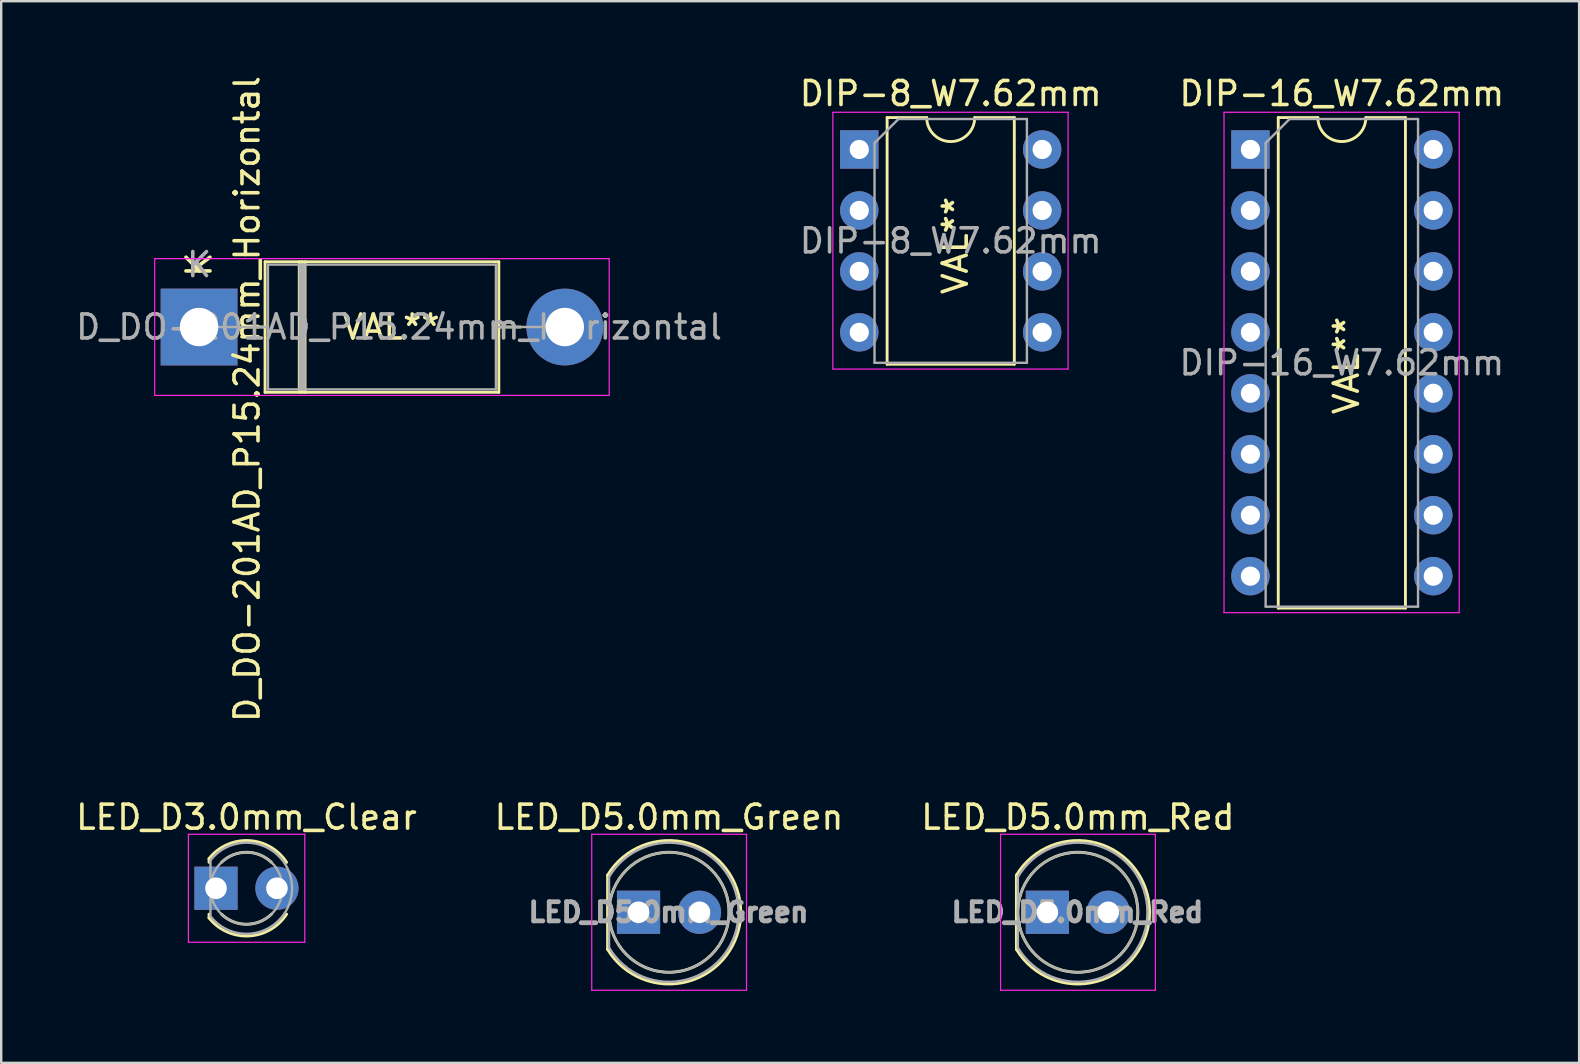
<source format=kicad_pcb>
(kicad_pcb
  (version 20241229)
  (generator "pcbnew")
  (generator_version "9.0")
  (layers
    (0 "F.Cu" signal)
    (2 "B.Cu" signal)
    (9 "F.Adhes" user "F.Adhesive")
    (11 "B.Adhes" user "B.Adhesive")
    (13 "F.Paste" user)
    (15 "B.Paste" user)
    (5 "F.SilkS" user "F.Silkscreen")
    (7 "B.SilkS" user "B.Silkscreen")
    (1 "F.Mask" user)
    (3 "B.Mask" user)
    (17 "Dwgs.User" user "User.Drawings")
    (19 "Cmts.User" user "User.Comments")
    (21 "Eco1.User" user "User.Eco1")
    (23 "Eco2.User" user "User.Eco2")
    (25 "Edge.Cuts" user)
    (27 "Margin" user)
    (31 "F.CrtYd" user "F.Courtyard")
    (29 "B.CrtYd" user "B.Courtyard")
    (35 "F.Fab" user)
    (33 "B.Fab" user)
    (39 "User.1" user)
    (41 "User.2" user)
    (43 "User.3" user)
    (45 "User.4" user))
  (footprint "LED_D3.0mm_Clear"
    (layer "F.Cu")
    (at 5.95 33.963)
    (property "Reference" "LED_D3.0mm_Clear" (at 1.27 -2.96 0) (layer "F.SilkS") (effects (font (size 1 1) (thickness 0.15))))
    (attr through_hole)
    (fp_line (start -0.29 -1.236) (end -0.29 -1.08) (stroke (width 0.12) (type solid)) (layer "F.SilkS"))
    (fp_line (start -0.29 1.08) (end -0.29 1.236) (stroke (width 0.12) (type solid)) (layer "F.SilkS"))
    (fp_arc (start -0.29 -1.235516) (mid 1.366487 -1.987659) (end 2.942335 -1.078608) (stroke (width 0.12) (type solid)) (layer "F.SilkS"))
    (fp_arc (start 0.229039 -1.08) (mid 1.270117 -1.5) (end 2.31113 -1.079837) (stroke (width 0.12) (type solid)) (layer "F.SilkS"))
    (fp_arc (start 2.31113 1.079837) (mid 1.270117 1.5) (end 0.229039 1.08) (stroke (width 0.12) (type solid)) (layer "F.SilkS"))
    (fp_arc (start 2.942335 1.078608) (mid 1.366487 1.987659) (end -0.29 1.235516) (stroke (width 0.12) (type solid)) (layer "F.SilkS"))
    (fp_line (start -1.15 -2.25) (end -1.15 2.25) (stroke (width 0.05) (type solid)) (layer "F.CrtYd"))
    (fp_line (start -1.15 2.25) (end 3.7 2.25) (stroke (width 0.05) (type solid)) (layer "F.CrtYd"))
    (fp_line (start 3.7 -2.25) (end -1.15 -2.25) (stroke (width 0.05) (type solid)) (layer "F.CrtYd"))
    (fp_line (start 3.7 2.25) (end 3.7 -2.25) (stroke (width 0.05) (type solid)) (layer "F.CrtYd"))
    (fp_line (start -0.23 -1.166) (end -0.23 1.166) (stroke (width 0.1) (type solid)) (layer "F.Fab"))
    (fp_arc (start -0.23 -1.16619) (mid 3.17 0.000452) (end -0.230555 1.165476) (stroke (width 0.1) (type solid)) (layer "F.Fab"))
    (fp_circle (center 1.27 0) (end 2.77 0) (stroke (width 0.1) (type solid)) (fill no) (layer "F.Fab"))
    (pad "1" thru_hole rect (at 0 0) (size 1.8 1.8) (drill 0.9) (layers "*.Cu" "*.Mask"))
    (pad "2" thru_hole circle (at 2.54 0) (size 1.8 1.8) (drill 0.9) (layers "*.Cu" "*.Mask")))
  (footprint "LED_D5.0mm_Red"
    (layer "F.Cu")
    (at 40.593 34.963)
    (property "Reference" "LED_D5.0mm_Red" (at 1.27 -3.96 0) (layer "F.SilkS") (effects (font (size 1 1) (thickness 0.15))))
    (attr through_hole)
    (fp_line (start -1.29 -1.545) (end -1.29 1.545) (stroke (width 0.12) (type solid)) (layer "F.SilkS"))
    (fp_arc (start -1.29 -1.54483) (mid 2.072002 -2.880433) (end 4.26 0.000462) (stroke (width 0.12) (type solid)) (layer "F.SilkS"))
    (fp_arc (start 4.26 -0.000462) (mid 2.072002 2.880433) (end -1.29 1.54483) (stroke (width 0.12) (type solid)) (layer "F.SilkS"))
    (fp_circle (center 1.27 0) (end 3.77 0) (stroke (width 0.12) (type solid)) (fill no) (layer "F.SilkS"))
    (fp_line (start -1.95 -3.25) (end -1.95 3.25) (stroke (width 0.05) (type solid)) (layer "F.CrtYd"))
    (fp_line (start -1.95 3.25) (end 4.5 3.25) (stroke (width 0.05) (type solid)) (layer "F.CrtYd"))
    (fp_line (start 4.5 -3.25) (end -1.95 -3.25) (stroke (width 0.05) (type solid)) (layer "F.CrtYd"))
    (fp_line (start 4.5 3.25) (end 4.5 -3.25) (stroke (width 0.05) (type solid)) (layer "F.CrtYd"))
    (fp_line (start -1.23 -1.47) (end -1.23 1.47) (stroke (width 0.1) (type solid)) (layer "F.Fab"))
    (fp_arc (start -1.23 -1.469694) (mid 4.17 0.000016) (end -1.230016 1.469666) (stroke (width 0.1) (type solid)) (layer "F.Fab"))
    (fp_circle (center 1.27 0) (end 3.77 0) (stroke (width 0.1) (type solid)) (fill no) (layer "F.Fab"))
    (fp_text user "${REFERENCE}" (at 1.25 0 0) (layer "F.Fab") (effects (font (size 0.8 0.8) (thickness 0.2))))
    (pad "1" thru_hole rect (at 0 0) (size 1.8 1.8) (drill 0.9) (layers "*.Cu" "*.Mask"))
    (pad "2" thru_hole circle (at 2.54 0) (size 1.8 1.8) (drill 0.9) (layers "*.Cu" "*.Mask")))
  (footprint "LED_D5.0mm_Green"
    (layer "F.Cu")
    (at 23.557 34.963)
    (property "Reference" "LED_D5.0mm_Green" (at 1.27 -3.96 0) (layer "F.SilkS") (effects (font (size 1 1) (thickness 0.15))))
    (attr through_hole)
    (fp_line (start -1.29 -1.545) (end -1.29 1.545) (stroke (width 0.12) (type solid)) (layer "F.SilkS"))
    (fp_arc (start -1.29 -1.54483) (mid 2.072002 -2.880433) (end 4.26 0.000462) (stroke (width 0.12) (type solid)) (layer "F.SilkS"))
    (fp_arc (start 4.26 -0.000462) (mid 2.072002 2.880433) (end -1.29 1.54483) (stroke (width 0.12) (type solid)) (layer "F.SilkS"))
    (fp_circle (center 1.27 0) (end 3.77 0) (stroke (width 0.12) (type solid)) (fill no) (layer "F.SilkS"))
    (fp_line (start -1.95 -3.25) (end -1.95 3.25) (stroke (width 0.05) (type solid)) (layer "F.CrtYd"))
    (fp_line (start -1.95 3.25) (end 4.5 3.25) (stroke (width 0.05) (type solid)) (layer "F.CrtYd"))
    (fp_line (start 4.5 -3.25) (end -1.95 -3.25) (stroke (width 0.05) (type solid)) (layer "F.CrtYd"))
    (fp_line (start 4.5 3.25) (end 4.5 -3.25) (stroke (width 0.05) (type solid)) (layer "F.CrtYd"))
    (fp_line (start -1.23 -1.47) (end -1.23 1.47) (stroke (width 0.1) (type solid)) (layer "F.Fab"))
    (fp_arc (start -1.23 -1.469694) (mid 4.17 0.000016) (end -1.230016 1.469666) (stroke (width 0.1) (type solid)) (layer "F.Fab"))
    (fp_circle (center 1.27 0) (end 3.77 0) (stroke (width 0.1) (type solid)) (fill no) (layer "F.Fab"))
    (fp_text user "${REFERENCE}" (at 1.25 0 0) (layer "F.Fab") (effects (font (size 0.8 0.8) (thickness 0.2))))
    (pad "1" thru_hole rect (at 0 0) (size 1.8 1.8) (drill 0.9) (layers "*.Cu" "*.Mask"))
    (pad "2" thru_hole circle (at 2.54 0) (size 1.8 1.8) (drill 0.9) (layers "*.Cu" "*.Mask")))
  (footprint "D_DO-201AD_P15.24mm_Horizontal"
    (layer "F.Cu")
    (at 5.245 10.577)
    (property "Reference" "D_DO-201AD_P15.24mm_Horizontal" (at 2 3 90) (layer "F.SilkS") (effects (font (size 1 1) (thickness 0.15))))
    (property "Value" "VAL**" (at 7.62 3.72 0) (layer "F.Fab") (hide yes) (effects (font (size 1 1) (thickness 0.15))))
    (attr through_hole)
    (fp_line (start 1.84 0) (end 2.75 0) (stroke (width 0.12) (type solid)) (layer "F.SilkS"))
    (fp_line (start 2.75 -2.72) (end 2.75 2.72) (stroke (width 0.12) (type solid)) (layer "F.SilkS"))
    (fp_line (start 2.75 2.72) (end 12.49 2.72) (stroke (width 0.12) (type solid)) (layer "F.SilkS"))
    (fp_line (start 4.175 -2.72) (end 4.175 2.72) (stroke (width 0.12) (type solid)) (layer "F.SilkS"))
    (fp_line (start 4.295 -2.72) (end 4.295 2.72) (stroke (width 0.12) (type solid)) (layer "F.SilkS"))
    (fp_line (start 4.415 -2.72) (end 4.415 2.72) (stroke (width 0.12) (type solid)) (layer "F.SilkS"))
    (fp_line (start 12.49 -2.72) (end 2.75 -2.72) (stroke (width 0.12) (type solid)) (layer "F.SilkS"))
    (fp_line (start 12.49 2.72) (end 12.49 -2.72) (stroke (width 0.12) (type solid)) (layer "F.SilkS"))
    (fp_line (start 13.4 0) (end 12.49 0) (stroke (width 0.12) (type solid)) (layer "F.SilkS"))
    (fp_line (start -1.85 -2.85) (end -1.85 2.85) (stroke (width 0.05) (type solid)) (layer "F.CrtYd"))
    (fp_line (start -1.85 2.85) (end 17.09 2.85) (stroke (width 0.05) (type solid)) (layer "F.CrtYd"))
    (fp_line (start 17.09 -2.85) (end -1.85 -2.85) (stroke (width 0.05) (type solid)) (layer "F.CrtYd"))
    (fp_line (start 17.09 2.85) (end 17.09 -2.85) (stroke (width 0.05) (type solid)) (layer "F.CrtYd"))
    (fp_line (start 0 0) (end 2.87 0) (stroke (width 0.1) (type solid)) (layer "F.Fab"))
    (fp_line (start 2.87 -2.6) (end 2.87 2.6) (stroke (width 0.1) (type solid)) (layer "F.Fab"))
    (fp_line (start 2.87 2.6) (end 12.37 2.6) (stroke (width 0.1) (type solid)) (layer "F.Fab"))
    (fp_line (start 4.195 -2.6) (end 4.195 2.6) (stroke (width 0.1) (type solid)) (layer "F.Fab"))
    (fp_line (start 4.295 -2.6) (end 4.295 2.6) (stroke (width 0.1) (type solid)) (layer "F.Fab"))
    (fp_line (start 4.395 -2.6) (end 4.395 2.6) (stroke (width 0.1) (type solid)) (layer "F.Fab"))
    (fp_line (start 12.37 -2.6) (end 2.87 -2.6) (stroke (width 0.1) (type solid)) (layer "F.Fab"))
    (fp_line (start 12.37 2.6) (end 12.37 -2.6) (stroke (width 0.1) (type solid)) (layer "F.Fab"))
    (fp_line (start 15.24 0) (end 12.37 0) (stroke (width 0.1) (type solid)) (layer "F.Fab"))
    (fp_text user "${VALUE}" (at 8 0 0) (layer "F.SilkS") (effects (font (size 1 1) (thickness 0.15))))
    (fp_text user "K" (at 0 -2.6 90) (layer "F.SilkS") (effects (font (size 1 1) (thickness 0.15))))
    (fp_text user "${REFERENCE}" (at 8.332 0 0) (layer "F.Fab") (effects (font (size 1 1) (thickness 0.15))))
    (fp_text user "K" (at 0 -2.6 0) (layer "F.Fab") (effects (font (size 1 1) (thickness 0.15))))
    (pad "1" thru_hole rect (at 0 0) (size 3.2 3.2) (drill 1.6) (layers "*.Cu" "*.Mask"))
    (pad "2" thru_hole oval (at 15.24 0) (size 3.2 3.2) (drill 1.6) (layers "*.Cu" "*.Mask")))
  (footprint "DIP-8_W7.62mm"
    (layer "F.Cu")
    (at 32.755 3.178)
    (property "Reference" "DIP-8_W7.62mm" (at 3.81 -2.33 0) (layer "F.SilkS") (effects (font (size 1 1) (thickness 0.15))))
    (property "Value" "VAL**" (at 3.81 9.95 0) (layer "F.Fab") (hide yes) (effects (font (size 1 1) (thickness 0.15))))
    (attr through_hole)
    (fp_line (start 1.16 -1.33) (end 1.16 8.95) (stroke (width 0.12) (type solid)) (layer "F.SilkS"))
    (fp_line (start 1.16 8.95) (end 6.46 8.95) (stroke (width 0.12) (type solid)) (layer "F.SilkS"))
    (fp_line (start 2.81 -1.33) (end 1.16 -1.33) (stroke (width 0.12) (type solid)) (layer "F.SilkS"))
    (fp_line (start 6.46 -1.33) (end 4.81 -1.33) (stroke (width 0.12) (type solid)) (layer "F.SilkS"))
    (fp_line (start 6.46 8.95) (end 6.46 -1.33) (stroke (width 0.12) (type solid)) (layer "F.SilkS"))
    (fp_arc (start 4.81 -1.33) (mid 3.81 -0.33) (end 2.81 -1.33) (stroke (width 0.12) (type solid)) (layer "F.SilkS"))
    (fp_line (start -1.1 -1.55) (end -1.1 9.15) (stroke (width 0.05) (type solid)) (layer "F.CrtYd"))
    (fp_line (start -1.1 9.15) (end 8.7 9.15) (stroke (width 0.05) (type solid)) (layer "F.CrtYd"))
    (fp_line (start 8.7 -1.55) (end -1.1 -1.55) (stroke (width 0.05) (type solid)) (layer "F.CrtYd"))
    (fp_line (start 8.7 9.15) (end 8.7 -1.55) (stroke (width 0.05) (type solid)) (layer "F.CrtYd"))
    (fp_line (start 0.635 -0.27) (end 1.635 -1.27) (stroke (width 0.1) (type solid)) (layer "F.Fab"))
    (fp_line (start 0.635 8.89) (end 0.635 -0.27) (stroke (width 0.1) (type solid)) (layer "F.Fab"))
    (fp_line (start 1.635 -1.27) (end 6.985 -1.27) (stroke (width 0.1) (type solid)) (layer "F.Fab"))
    (fp_line (start 6.985 -1.27) (end 6.985 8.89) (stroke (width 0.1) (type solid)) (layer "F.Fab"))
    (fp_line (start 6.985 8.89) (end 0.635 8.89) (stroke (width 0.1) (type solid)) (layer "F.Fab"))
    (fp_text user "${VALUE}" (at 4 4 90) (layer "F.SilkS") (effects (font (size 1 1) (thickness 0.15))))
    (fp_text user "${REFERENCE}" (at 3.81 3.81 0) (layer "F.Fab") (effects (font (size 1 1) (thickness 0.15))))
    (pad "1" thru_hole rect (at 0 0) (size 1.6 1.6) (drill 0.8) (layers "*.Cu" "*.Mask"))
    (pad "2" thru_hole oval (at 0 2.54) (size 1.6 1.6) (drill 0.8) (layers "*.Cu" "*.Mask"))
    (pad "3" thru_hole oval (at 0 5.08) (size 1.6 1.6) (drill 0.8) (layers "*.Cu" "*.Mask"))
    (pad "4" thru_hole oval (at 0 7.62) (size 1.6 1.6) (drill 0.8) (layers "*.Cu" "*.Mask"))
    (pad "5" thru_hole oval (at 7.62 7.62) (size 1.6 1.6) (drill 0.8) (layers "*.Cu" "*.Mask"))
    (pad "6" thru_hole oval (at 7.62 5.08) (size 1.6 1.6) (drill 0.8) (layers "*.Cu" "*.Mask"))
    (pad "7" thru_hole oval (at 7.62 2.54) (size 1.6 1.6) (drill 0.8) (layers "*.Cu" "*.Mask"))
    (pad "8" thru_hole oval (at 7.62 0) (size 1.6 1.6) (drill 0.8) (layers "*.Cu" "*.Mask")))
  (footprint "DIP-16_W7.62mm"
    (layer "F.Cu")
    (at 49.053 3.178)
    (property "Reference" "DIP-16_W7.62mm" (at 3.81 -2.33 0) (layer "F.SilkS") (effects (font (size 1 1) (thickness 0.15))))
    (property "Value" "VAL**" (at 3.81 20.11 0) (layer "F.Fab") (hide yes) (effects (font (size 1 1) (thickness 0.15))))
    (attr through_hole)
    (fp_line (start 1.16 -1.33) (end 1.16 19.11) (stroke (width 0.12) (type solid)) (layer "F.SilkS"))
    (fp_line (start 1.16 19.11) (end 6.46 19.11) (stroke (width 0.12) (type solid)) (layer "F.SilkS"))
    (fp_line (start 2.81 -1.33) (end 1.16 -1.33) (stroke (width 0.12) (type solid)) (layer "F.SilkS"))
    (fp_line (start 6.46 -1.33) (end 4.81 -1.33) (stroke (width 0.12) (type solid)) (layer "F.SilkS"))
    (fp_line (start 6.46 19.11) (end 6.46 -1.33) (stroke (width 0.12) (type solid)) (layer "F.SilkS"))
    (fp_arc (start 4.81 -1.33) (mid 3.81 -0.33) (end 2.81 -1.33) (stroke (width 0.12) (type solid)) (layer "F.SilkS"))
    (fp_line (start -1.1 -1.55) (end -1.1 19.3) (stroke (width 0.05) (type solid)) (layer "F.CrtYd"))
    (fp_line (start -1.1 19.3) (end 8.7 19.3) (stroke (width 0.05) (type solid)) (layer "F.CrtYd"))
    (fp_line (start 8.7 -1.55) (end -1.1 -1.55) (stroke (width 0.05) (type solid)) (layer "F.CrtYd"))
    (fp_line (start 8.7 19.3) (end 8.7 -1.55) (stroke (width 0.05) (type solid)) (layer "F.CrtYd"))
    (fp_line (start 0.635 -0.27) (end 1.635 -1.27) (stroke (width 0.1) (type solid)) (layer "F.Fab"))
    (fp_line (start 0.635 19.05) (end 0.635 -0.27) (stroke (width 0.1) (type solid)) (layer "F.Fab"))
    (fp_line (start 1.635 -1.27) (end 6.985 -1.27) (stroke (width 0.1) (type solid)) (layer "F.Fab"))
    (fp_line (start 6.985 -1.27) (end 6.985 19.05) (stroke (width 0.1) (type solid)) (layer "F.Fab"))
    (fp_line (start 6.985 19.05) (end 0.635 19.05) (stroke (width 0.1) (type solid)) (layer "F.Fab"))
    (fp_text user "${VALUE}" (at 4 9 90) (layer "F.SilkS") (effects (font (size 1 1) (thickness 0.15))))
    (fp_text user "${REFERENCE}" (at 3.81 8.89 0) (layer "F.Fab") (effects (font (size 1 1) (thickness 0.15))))
    (pad "1" thru_hole rect (at 0 0) (size 1.6 1.6) (drill 0.8) (layers "*.Cu" "*.Mask"))
    (pad "2" thru_hole oval (at 0 2.54) (size 1.6 1.6) (drill 0.8) (layers "*.Cu" "*.Mask"))
    (pad "3" thru_hole oval (at 0 5.08) (size 1.6 1.6) (drill 0.8) (layers "*.Cu" "*.Mask"))
    (pad "4" thru_hole oval (at 0 7.62) (size 1.6 1.6) (drill 0.8) (layers "*.Cu" "*.Mask"))
    (pad "5" thru_hole oval (at 0 10.16) (size 1.6 1.6) (drill 0.8) (layers "*.Cu" "*.Mask"))
    (pad "6" thru_hole oval (at 0 12.7) (size 1.6 1.6) (drill 0.8) (layers "*.Cu" "*.Mask"))
    (pad "7" thru_hole oval (at 0 15.24) (size 1.6 1.6) (drill 0.8) (layers "*.Cu" "*.Mask"))
    (pad "8" thru_hole oval (at 0 17.78) (size 1.6 1.6) (drill 0.8) (layers "*.Cu" "*.Mask"))
    (pad "9" thru_hole oval (at 7.62 17.78) (size 1.6 1.6) (drill 0.8) (layers "*.Cu" "*.Mask"))
    (pad "10" thru_hole oval (at 7.62 15.24) (size 1.6 1.6) (drill 0.8) (layers "*.Cu" "*.Mask"))
    (pad "11" thru_hole oval (at 7.62 12.7) (size 1.6 1.6) (drill 0.8) (layers "*.Cu" "*.Mask"))
    (pad "12" thru_hole oval (at 7.62 10.16) (size 1.6 1.6) (drill 0.8) (layers "*.Cu" "*.Mask"))
    (pad "13" thru_hole oval (at 7.62 7.62) (size 1.6 1.6) (drill 0.8) (layers "*.Cu" "*.Mask"))
    (pad "14" thru_hole oval (at 7.62 5.08) (size 1.6 1.6) (drill 0.8) (layers "*.Cu" "*.Mask"))
    (pad "15" thru_hole oval (at 7.62 2.54) (size 1.6 1.6) (drill 0.8) (layers "*.Cu" "*.Mask"))
    (pad "16" thru_hole oval (at 7.62 0) (size 1.6 1.6) (drill 0.8) (layers "*.Cu" "*.Mask")))
  (gr_rect
    (start -3 -3)
    (end 62.75 41.238)
    (stroke (width 0.1) (type default))
    (fill no)
    (layer "Edge.Cuts")))
</source>
